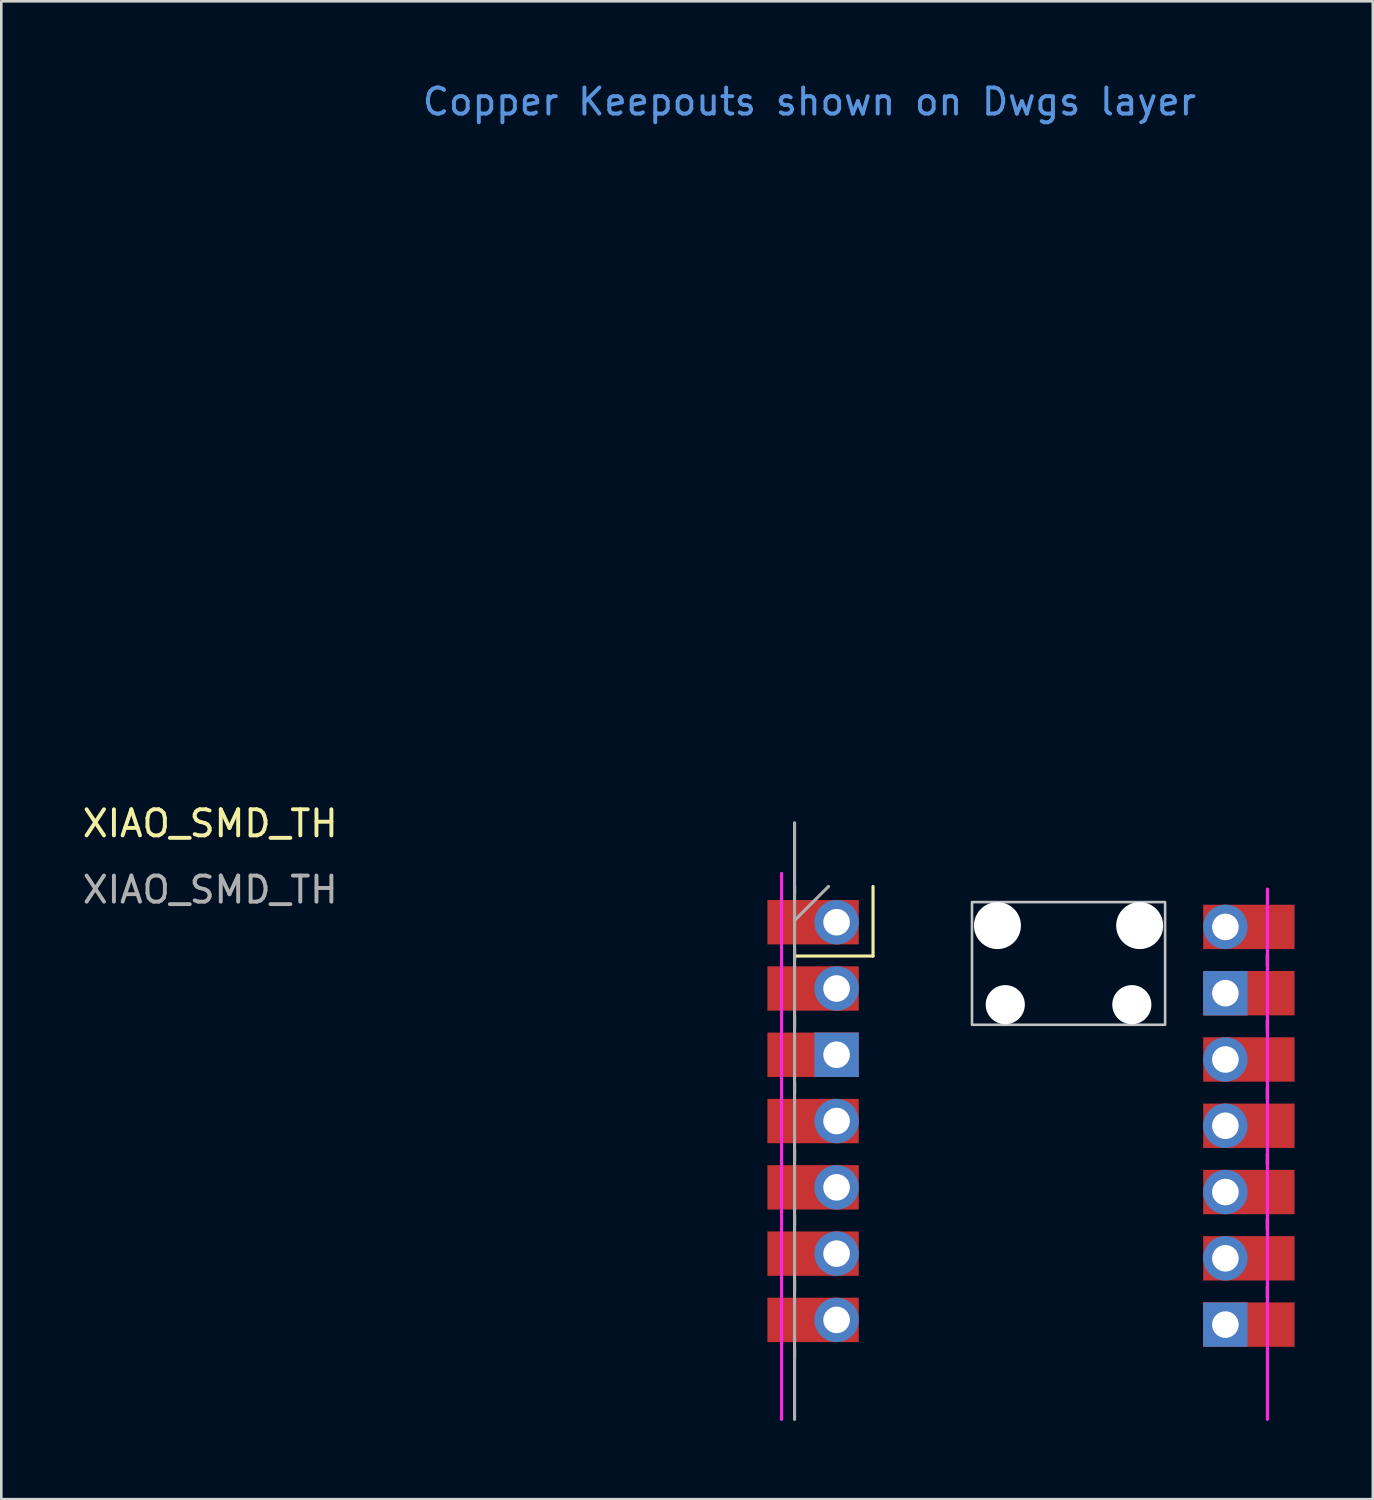
<source format=kicad_pcb>
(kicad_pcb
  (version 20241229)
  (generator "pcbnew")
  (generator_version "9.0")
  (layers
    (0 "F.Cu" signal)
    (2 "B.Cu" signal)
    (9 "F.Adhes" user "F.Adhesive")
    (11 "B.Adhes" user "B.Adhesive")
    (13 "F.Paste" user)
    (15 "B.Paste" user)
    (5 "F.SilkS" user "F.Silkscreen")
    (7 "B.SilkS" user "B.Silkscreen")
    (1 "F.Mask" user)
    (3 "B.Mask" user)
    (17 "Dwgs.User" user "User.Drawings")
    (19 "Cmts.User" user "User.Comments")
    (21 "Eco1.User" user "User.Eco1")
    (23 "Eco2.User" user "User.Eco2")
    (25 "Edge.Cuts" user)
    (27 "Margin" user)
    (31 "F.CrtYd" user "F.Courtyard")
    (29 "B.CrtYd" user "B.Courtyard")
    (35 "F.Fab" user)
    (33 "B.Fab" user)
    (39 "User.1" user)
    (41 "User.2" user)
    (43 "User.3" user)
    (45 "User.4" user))
  (footprint "XIAO_SMD_TH"
    (layer "F.Cu")
    (at 27.866 31.048)
    (property "Reference" "XIAO_SMD_TH" (at -22.86 -2.54 0) (layer "F.SilkS") (effects (font (size 1 1) (thickness 0.15))))
    (attr through_hole)
    (fp_line (start -0.467 -0.127) (end -0.467 0.173) (stroke (width 0.12) (type solid)) (layer "F.SilkS"))
    (fp_line (start -0.467 2.273) (end -0.467 2.673) (stroke (width 0.12) (type solid)) (layer "F.SilkS"))
    (fp_line (start -0.467 2.54) (end 2.54 2.54) (stroke (width 0.12) (type solid)) (layer "F.SilkS"))
    (fp_line (start -0.467 4.873) (end -0.467 5.273) (stroke (width 0.12) (type solid)) (layer "F.SilkS"))
    (fp_line (start -0.467 7.373) (end -0.467 7.773) (stroke (width 0.12) (type solid)) (layer "F.SilkS"))
    (fp_line (start -0.467 9.973) (end -0.467 10.373) (stroke (width 0.12) (type solid)) (layer "F.SilkS"))
    (fp_line (start -0.467 12.473) (end -0.467 12.873) (stroke (width 0.12) (type solid)) (layer "F.SilkS"))
    (fp_line (start -0.467 14.973) (end -0.467 15.373) (stroke (width 0.12) (type solid)) (layer "F.SilkS"))
    (fp_line (start -0.467 17.573) (end -0.467 17.973) (stroke (width 0.12) (type solid)) (layer "F.SilkS"))
    (fp_line (start 2.54 2.54) (end 2.54 -0.127) (stroke (width 0.12) (type solid)) (layer "F.SilkS"))
    (fp_line (start 17.653 2.913) (end 17.653 2.513) (stroke (width 0.12) (type solid)) (layer "F.SilkS"))
    (fp_line (start 17.653 5.413) (end 17.653 5.013) (stroke (width 0.12) (type solid)) (layer "F.SilkS"))
    (fp_line (start 17.653 8.013) (end 17.653 7.613) (stroke (width 0.12) (type solid)) (layer "F.SilkS"))
    (fp_line (start 17.653 10.513) (end 17.653 10.113) (stroke (width 0.12) (type solid)) (layer "F.SilkS"))
    (fp_line (start 17.653 13.013) (end 17.653 12.613) (stroke (width 0.12) (type solid)) (layer "F.SilkS"))
    (fp_line (start 17.653 15.613) (end 17.653 15.213) (stroke (width 0.12) (type solid)) (layer "F.SilkS"))
    (fp_poly (pts (xy 13.733 5.173) (xy 6.333 5.173) (xy 6.333 0.473) (xy 13.733 0.473)) (stroke (width 0.1) (type solid)) (fill no) (layer "Dwgs.User"))
    (fp_line (start -0.967 20.293) (end -0.967 -0.627) (stroke (width 0.12) (type solid)) (layer "F.CrtYd"))
    (fp_line (start 17.653 20.293) (end 17.653 -0.027) (stroke (width 0.12) (type solid)) (layer "F.CrtYd"))
    (fp_line (start -0.467 1.173) (end 0.833 -0.127) (stroke (width 0.12) (type solid)) (layer "F.Fab"))
    (fp_line (start -0.467 20.293) (end -0.467 -2.567) (stroke (width 0.12) (type solid)) (layer "F.Fab"))
    (fp_text user "Copper Keepouts shown on Dwgs layer" (at 0.1 -30.2 0) (layer "Cmts.User") (effects (font (size 1 1) (thickness 0.15))))
    (fp_text user "${REFERENCE}" (at -22.86 0 180) (layer "F.Fab") (effects (font (size 1 1) (thickness 0.15))))
    (pad "" np_thru_hole oval (at 7.308 1.373) (size 1.8 1.8) (drill 1.8) (layers "*.Cu" "*.Mask"))
    (pad "" np_thru_hole oval (at 7.608 4.403) (size 1.5 1.5) (drill 1.5) (layers "*.Cu" "*.Mask"))
    (pad "" np_thru_hole oval (at 12.458 4.403) (size 1.5 1.5) (drill 1.5) (layers "*.Cu" "*.Mask"))
    (pad "" np_thru_hole oval (at 12.758 1.373) (size 1.8 1.8) (drill 1.8) (layers "*.Cu" "*.Mask"))
    (pad "1" thru_hole oval (at 1.143 1.243) (size 1.7 1.7) (drill 1.02) (layers "*.Cu" "*.Mask"))
    (pad "1" smd rect (at 1.143 1.243) (size 3.5 1.7) (drill (offset -0.9 0)) (layers "F.Cu" "F.Mask"))
    (pad "2" thru_hole oval (at 1.143 3.783) (size 1.7 1.7) (drill 1.02) (layers "*.Cu" "*.Mask"))
    (pad "2" smd rect (at 1.143 3.783) (size 3.5 1.7) (drill (offset -0.9 0)) (layers "F.Cu" "F.Mask"))
    (pad "3" thru_hole rect (at 1.143 6.323) (size 1.7 1.7) (drill 1.02) (layers "*.Cu" "*.Mask"))
    (pad "3" smd rect (at 1.143 6.323) (size 3.5 1.7) (drill (offset -0.9 0)) (layers "F.Cu" "F.Mask"))
    (pad "4" thru_hole oval (at 1.143 8.863) (size 1.7 1.7) (drill 1.02) (layers "*.Cu" "*.Mask"))
    (pad "4" smd rect (at 1.143 8.863) (size 3.5 1.7) (drill (offset -0.9 0)) (layers "F.Cu" "F.Mask"))
    (pad "5" thru_hole oval (at 1.143 11.403) (size 1.7 1.7) (drill 1.02) (layers "*.Cu" "*.Mask"))
    (pad "5" smd rect (at 1.143 11.403) (size 3.5 1.7) (drill (offset -0.9 0)) (layers "F.Cu" "F.Mask"))
    (pad "6" thru_hole oval (at 1.143 13.943) (size 1.7 1.7) (drill 1.02) (layers "*.Cu" "*.Mask"))
    (pad "6" smd rect (at 1.143 13.943) (size 3.5 1.7) (drill (offset -0.9 0)) (layers "F.Cu" "F.Mask"))
    (pad "7" thru_hole oval (at 1.143 16.483) (size 1.7 1.7) (drill 1.02) (layers "*.Cu" "*.Mask"))
    (pad "7" smd rect (at 1.143 16.483) (size 3.5 1.7) (drill (offset -0.9 0)) (layers "F.Cu" "F.Mask"))
    (pad "8" thru_hole rect (at 16.043 16.663 180) (size 1.7 1.7) (drill 1.02) (layers "*.Cu" "*.Mask"))
    (pad "8" smd rect (at 16.043 16.663 180) (size 3.5 1.7) (drill (offset -0.9 0)) (layers "F.Cu" "F.Mask"))
    (pad "9" thru_hole oval (at 16.043 14.123 180) (size 1.7 1.7) (drill 1.02) (layers "*.Cu" "*.Mask"))
    (pad "9" smd rect (at 16.043 14.123 180) (size 3.5 1.7) (drill (offset -0.9 0)) (layers "F.Cu" "F.Mask"))
    (pad "10" thru_hole oval (at 16.043 11.583 180) (size 1.7 1.7) (drill 1.02) (layers "*.Cu" "*.Mask"))
    (pad "10" smd rect (at 16.043 11.583 180) (size 3.5 1.7) (drill (offset -0.9 0)) (layers "F.Cu" "F.Mask"))
    (pad "11" thru_hole oval (at 16.043 9.043 180) (size 1.7 1.7) (drill 1.02) (layers "*.Cu" "*.Mask"))
    (pad "11" smd rect (at 16.043 9.043 180) (size 3.5 1.7) (drill (offset -0.9 0)) (layers "F.Cu" "F.Mask"))
    (pad "12" thru_hole oval (at 16.043 6.503 180) (size 1.7 1.7) (drill 1.02) (layers "*.Cu" "*.Mask"))
    (pad "12" smd rect (at 16.043 6.503 180) (size 3.5 1.7) (drill (offset -0.9 0)) (layers "F.Cu" "F.Mask"))
    (pad "13" thru_hole rect (at 16.043 3.963 180) (size 1.7 1.7) (drill 1.02) (layers "*.Cu" "*.Mask"))
    (pad "13" smd rect (at 16.043 3.963 180) (size 3.5 1.7) (drill (offset -0.9 0)) (layers "F.Cu" "F.Mask"))
    (pad "14" thru_hole oval (at 16.043 1.423 180) (size 1.7 1.7) (drill 1.02) (layers "*.Cu" "*.Mask"))
    (pad "14" smd rect (at 16.043 1.423 180) (size 3.5 1.7) (drill (offset -0.9 0)) (layers "F.Cu" "F.Mask")))
  (gr_rect
    (start -3 -3)
    (end 49.559 54.401)
    (stroke (width 0.1) (type default))
    (fill no)
    (layer "Edge.Cuts")))
</source>
